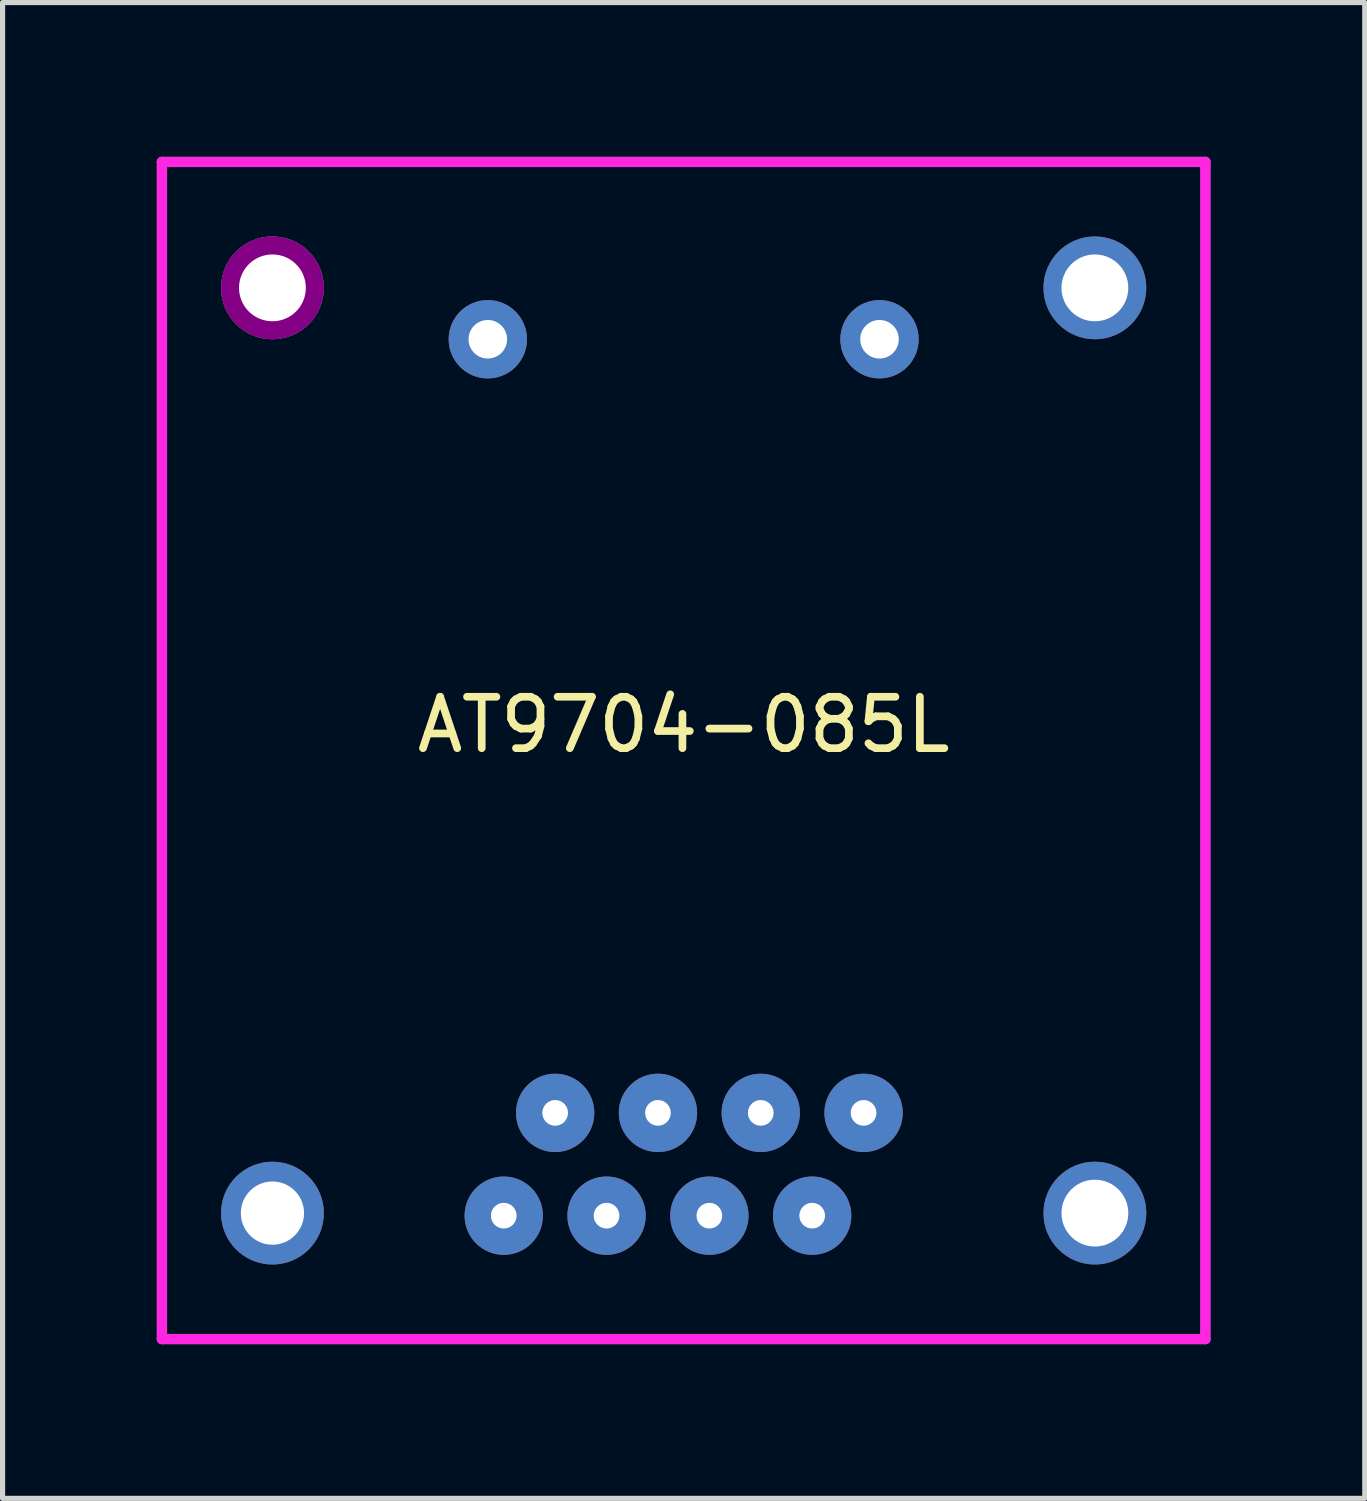
<source format=kicad_pcb>
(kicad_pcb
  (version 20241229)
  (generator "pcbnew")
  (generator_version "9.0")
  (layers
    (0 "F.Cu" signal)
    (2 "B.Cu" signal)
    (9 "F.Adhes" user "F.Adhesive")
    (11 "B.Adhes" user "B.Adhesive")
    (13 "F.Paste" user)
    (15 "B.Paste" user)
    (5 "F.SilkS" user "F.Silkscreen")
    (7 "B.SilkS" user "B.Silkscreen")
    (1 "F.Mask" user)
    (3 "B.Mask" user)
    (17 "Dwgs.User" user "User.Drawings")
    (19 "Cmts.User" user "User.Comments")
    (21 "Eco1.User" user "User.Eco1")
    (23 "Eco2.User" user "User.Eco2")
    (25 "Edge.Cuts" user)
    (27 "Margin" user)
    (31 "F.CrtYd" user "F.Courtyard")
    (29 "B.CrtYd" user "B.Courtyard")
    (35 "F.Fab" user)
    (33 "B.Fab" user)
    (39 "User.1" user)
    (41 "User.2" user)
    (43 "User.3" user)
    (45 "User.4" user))
  (footprint "AT9704-085L"
    (layer "F.Cu")
    (at 10.25 11.55)
    (property "Reference" "AT9704-085L" (at 0 -0.5 0) (unlocked yes) (layer "F.SilkS") (effects (font (size 1 1) (thickness 0.15))))
    (attr through_hole)
    (fp_line (start -10.15 -11.45) (end -10.15 11.45) (stroke (width 0.2) (type solid)) (layer "F.CrtYd"))
    (fp_line (start -10.15 11.45) (end 10.15 11.45) (stroke (width 0.2) (type solid)) (layer "F.CrtYd"))
    (fp_line (start 10.15 -11.45) (end -10.15 -11.45) (stroke (width 0.2) (type solid)) (layer "F.CrtYd"))
    (fp_line (start 10.15 11.45) (end 10.15 -11.45) (stroke (width 0.2) (type solid)) (layer "F.CrtYd"))
    (fp_line (start -10.15 -11.45) (end -10.15 11.45) (stroke (width 0.2) (type solid)) (layer "B.Fab"))
    (fp_line (start -10.15 11.45) (end 10.15 11.45) (stroke (width 0.2) (type solid)) (layer "B.Fab"))
    (fp_line (start 10.15 -11.45) (end -10.15 -11.45) (stroke (width 0.2) (type solid)) (layer "B.Fab"))
    (fp_line (start 10.15 11.45) (end 10.15 -11.45) (stroke (width 0.2) (type solid)) (layer "B.Fab"))
    (pad "" thru_hole circle (at -8 -9 90) (size 2 2) (drill 1.3) (layers "*.Cu" "*.Adhes" "*.Mask"))
    (pad "" thru_hole circle (at -8 9 90) (size 2 2) (drill 1.23) (layers "*.Cu" "*.Mask"))
    (pad "" thru_hole circle (at 8 -9 90) (size 2 2) (drill 1.3) (layers "*.Cu" "*.Mask"))
    (pad "" thru_hole circle (at 8 9 90) (size 2 2) (drill 1.3) (layers "*.Cu" "*.Mask"))
    (pad "1" thru_hole circle (at -3.81 -8) (size 1.524 1.524) (drill 0.75) (layers "*.Cu" "*.Mask"))
    (pad "2" thru_hole circle (at 3.81 -8) (size 1.524 1.524) (drill 0.75) (layers "*.Cu" "*.Mask"))
    (pad "3" thru_hole circle (at -3.5 9.05) (size 1.524 1.524) (drill 0.5) (layers "*.Cu" "*.Mask"))
    (pad "4" thru_hole circle (at -2.5 7.05) (size 1.524 1.524) (drill 0.5) (layers "*.Cu" "*.Mask"))
    (pad "5" thru_hole circle (at -1.5 9.05) (size 1.524 1.524) (drill 0.5) (layers "*.Cu" "*.Mask"))
    (pad "6" thru_hole circle (at -0.5 7.05) (size 1.524 1.524) (drill 0.5) (layers "*.Cu" "*.Mask"))
    (pad "7" thru_hole circle (at 0.5 9.05) (size 1.524 1.524) (drill 0.5) (layers "*.Cu" "*.Mask"))
    (pad "8" thru_hole circle (at 1.5 7.05 180) (size 1.524 1.524) (drill 0.5) (layers "*.Cu" "*.Mask"))
    (pad "9" thru_hole circle (at 2.5 9.05) (size 1.524 1.524) (drill 0.5) (layers "*.Cu" "*.Mask"))
    (pad "10" thru_hole circle (at 3.5 7.05 90) (size 1.524 1.524) (drill 0.5) (layers "*.Cu" "*.Mask")))
  (gr_rect
    (start -3 -3)
    (end 23.5 26.1)
    (stroke (width 0.1) (type default))
    (fill no)
    (layer "Edge.Cuts")))
</source>
